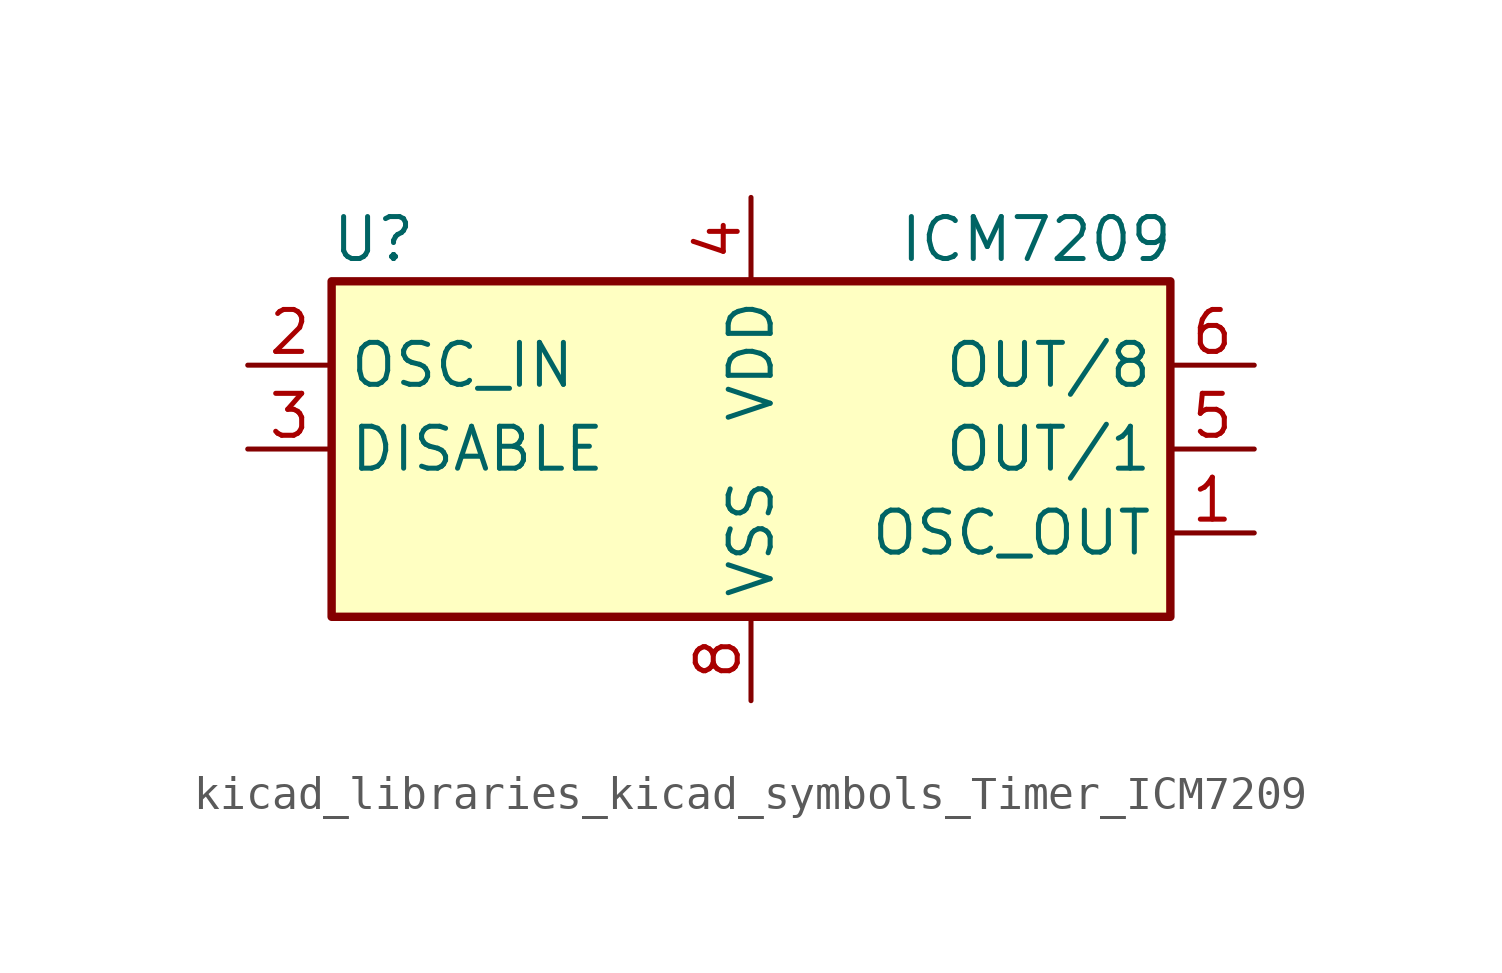
<source format=kicad_sym>
(kicad_symbol_lib
  (version 20220914)
  (generator kicad_symbol_editor)
  (symbol "kicad_libraries_kicad_symbols_Timer_ICM7209"
    (property "Reference" "U"
      (at -11.43 6.35 0)
      (effects (font (size 1.27 1.27))))
    (property "Value" "ICM7209"
      (at 8.636 6.35 0)
      (effects (font (size 1.27 1.27))))
    (symbol "kicad_libraries_kicad_symbols_Timer_ICM7209_0_1"
      (rectangle (start -12.7 -5.08) (end 12.7 5.08) (stroke (width 0.254) (type default)) (fill (type background))))
    (symbol "kicad_libraries_kicad_symbols_Timer_ICM7209_1_1"
      (pin output line (at 15.24 -2.54 180) (length 2.54) (name "OSC_OUT" (effects (font (size 1.27 1.27)))) (number "1" (effects (font (size 1.27 1.27)))))
      (pin input line (at -15.24 2.54 0) (length 2.54) (name "OSC_IN" (effects (font (size 1.27 1.27)))) (number "2" (effects (font (size 1.27 1.27)))))
      (pin input line (at -15.24 0 0) (length 2.54) (name "DISABLE" (effects (font (size 1.27 1.27)))) (number "3" (effects (font (size 1.27 1.27)))))
      (pin power_in line (at 0 7.62 270) (length 2.54) (name "VDD" (effects (font (size 1.27 1.27)))) (number "4" (effects (font (size 1.27 1.27)))))
      (pin output line (at 15.24 0 180) (length 2.54) (name "OUT/1" (effects (font (size 1.27 1.27)))) (number "5" (effects (font (size 1.27 1.27)))))
      (pin output line (at 15.24 2.54 180) (length 2.54) (name "OUT/8" (effects (font (size 1.27 1.27)))) (number "6" (effects (font (size 1.27 1.27)))))
      (pin power_in line (at 0 -7.62 90) (length 2.54) (name "VSS" (effects (font (size 1.27 1.27)))) (number "8" (effects (font (size 1.27 1.27))))))))
</source>
